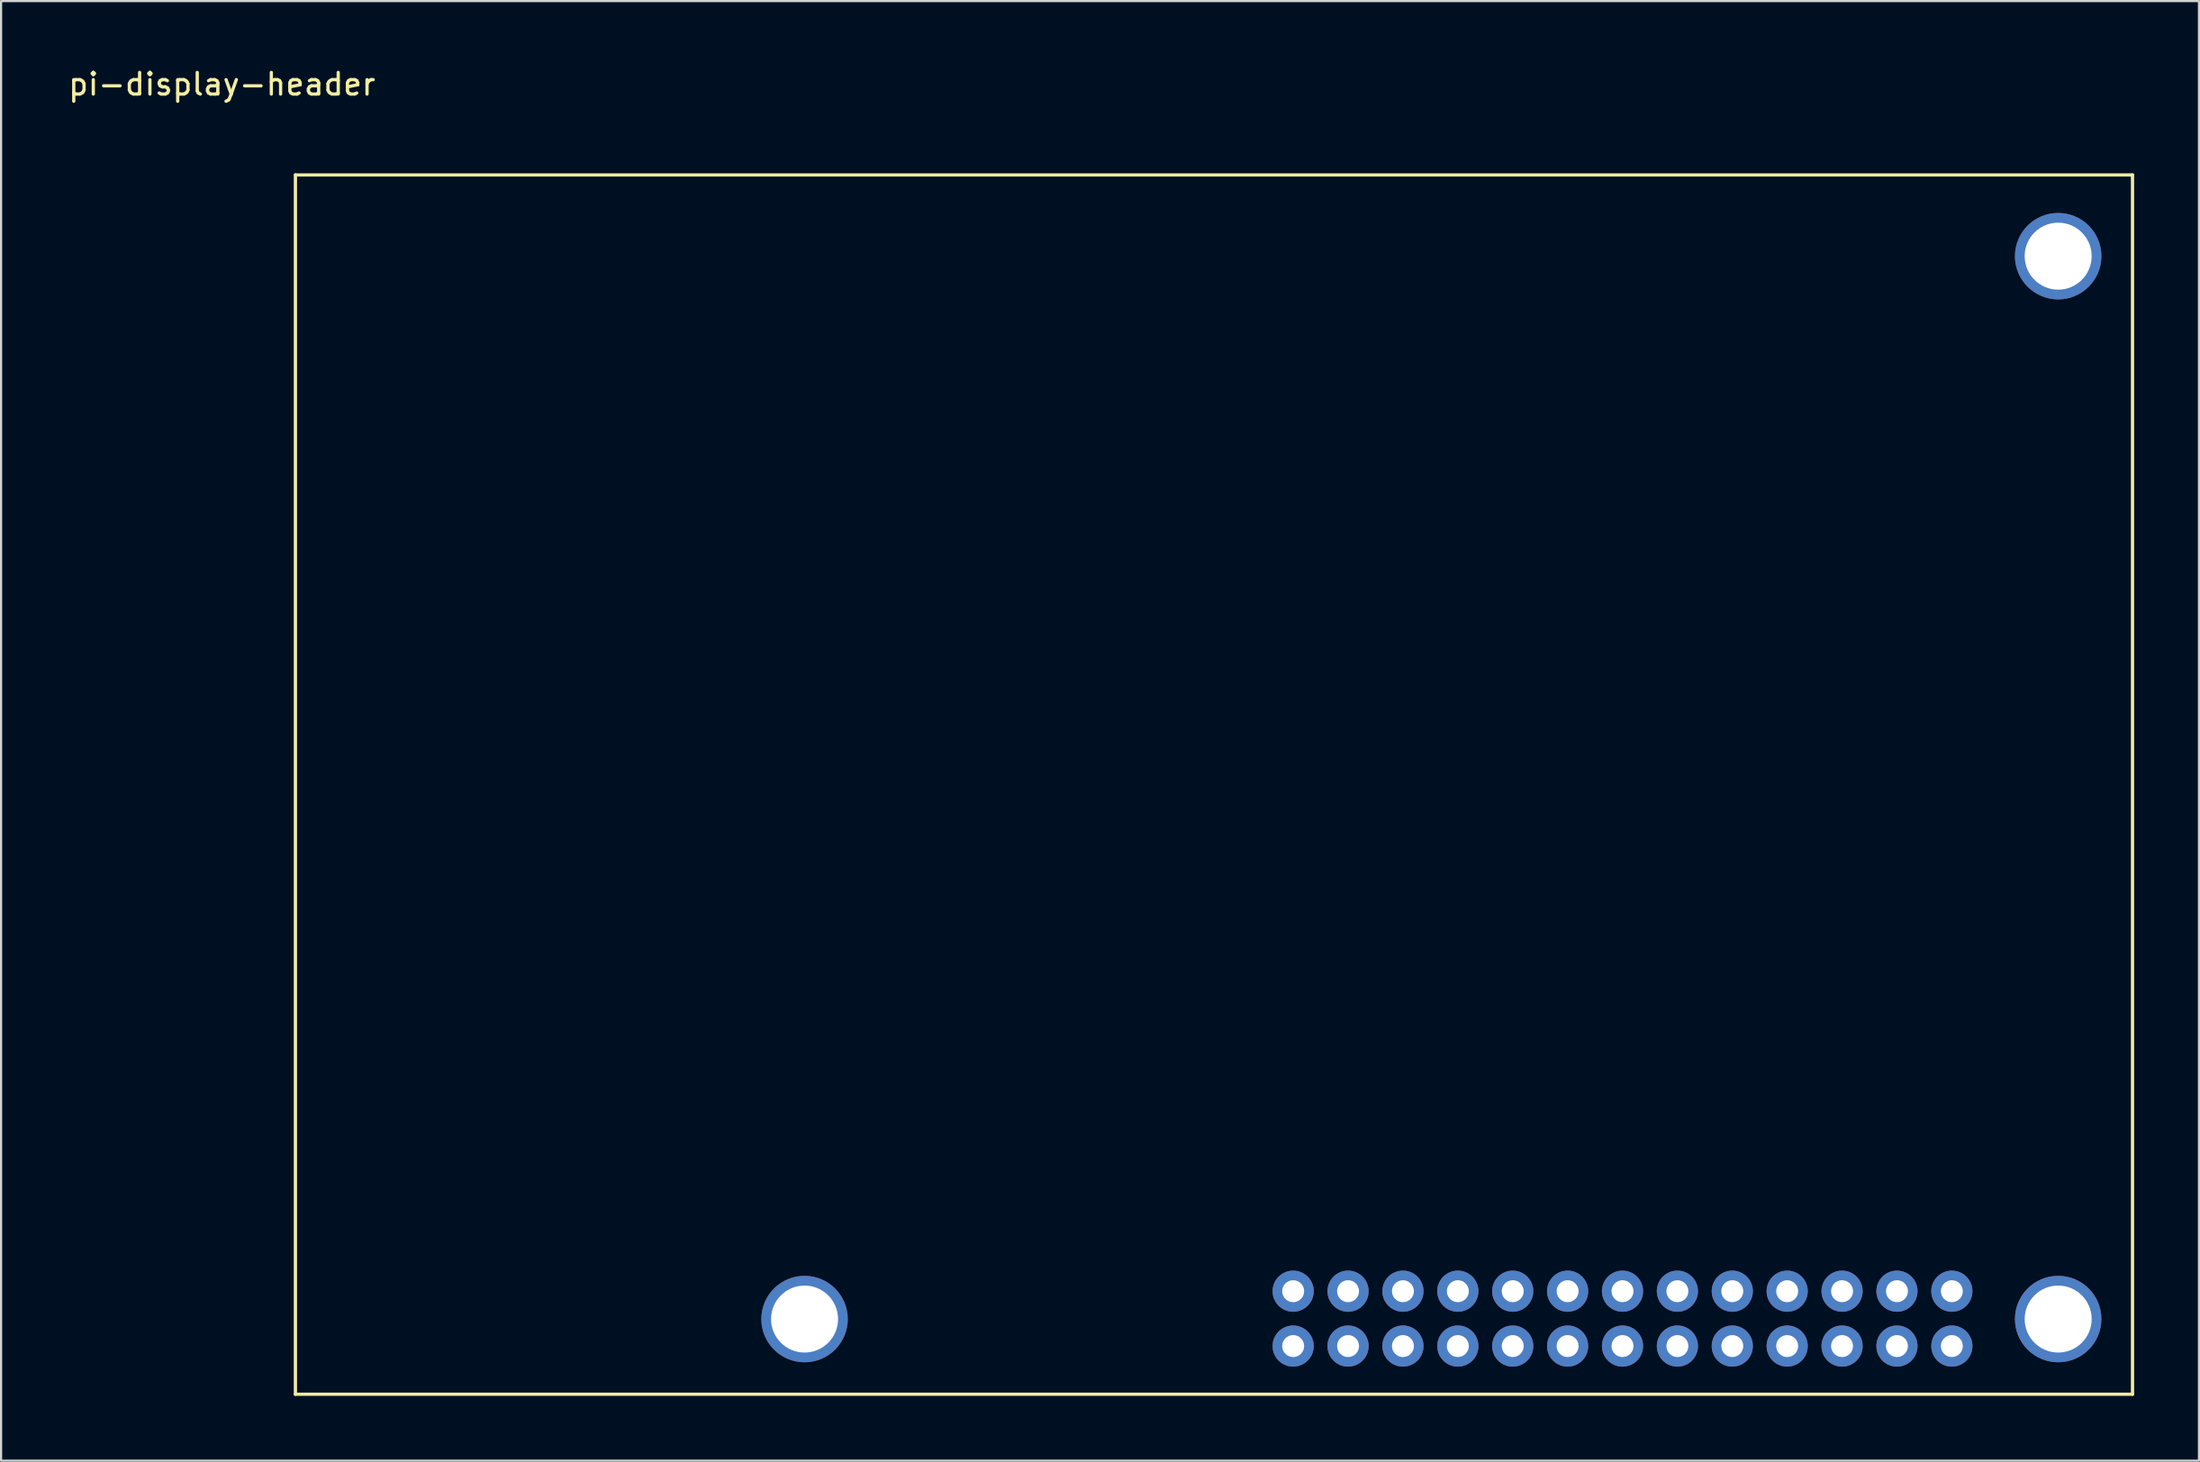
<source format=kicad_pcb>
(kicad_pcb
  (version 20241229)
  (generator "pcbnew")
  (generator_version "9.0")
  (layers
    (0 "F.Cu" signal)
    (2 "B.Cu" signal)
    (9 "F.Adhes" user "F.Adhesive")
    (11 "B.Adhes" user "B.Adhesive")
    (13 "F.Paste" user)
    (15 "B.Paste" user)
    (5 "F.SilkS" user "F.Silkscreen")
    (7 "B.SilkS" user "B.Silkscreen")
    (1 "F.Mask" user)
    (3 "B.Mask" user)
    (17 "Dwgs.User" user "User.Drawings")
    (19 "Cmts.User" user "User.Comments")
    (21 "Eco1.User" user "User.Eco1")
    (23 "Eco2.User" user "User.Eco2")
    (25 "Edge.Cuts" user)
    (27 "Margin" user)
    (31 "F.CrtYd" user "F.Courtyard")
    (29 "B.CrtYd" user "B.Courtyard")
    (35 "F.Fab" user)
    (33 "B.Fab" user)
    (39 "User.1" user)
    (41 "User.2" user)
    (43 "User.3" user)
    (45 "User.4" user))
  (footprint "pi-display-header"
    (layer "F.Cu")
    (at 10.62 5.048)
    (property "Reference" "pi-display-header" (at -3.4 -4.2 0) (layer "F.SilkS") (effects (font (size 1 1) (thickness 0.15))))
    (attr through_hole)
    (fp_line (start 0 0) (end 85.01 0) (stroke (width 0.15) (type solid)) (layer "F.SilkS"))
    (fp_line (start 0 56.44) (end 0 0) (stroke (width 0.15) (type solid)) (layer "F.SilkS"))
    (fp_line (start 0 56.44) (end 85.01 56.44) (stroke (width 0.15) (type solid)) (layer "F.SilkS"))
    (fp_line (start 85.01 0) (end 85.01 56.44) (stroke (width 0.15) (type solid)) (layer "F.SilkS"))
    (pad "" np_thru_hole circle (at 23.56 52.96) (size 4 4) (drill 3.1) (layers "*.Cu" "*.Mask"))
    (pad "" np_thru_hole circle (at 81.57 3.76) (size 4 4) (drill 3.1) (layers "*.Cu" "*.Mask"))
    (pad "" np_thru_hole circle (at 81.57 52.96) (size 4 4) (drill 3.1) (layers "*.Cu" "*.Mask"))
    (pad "1" thru_hole circle (at 76.65 51.67) (size 1.905 1.905) (drill 1.016) (layers "*.Cu" "*.Mask"))
    (pad "2" thru_hole circle (at 76.65 54.21) (size 1.905 1.905) (drill 1.016) (layers "*.Cu" "*.Mask"))
    (pad "3" thru_hole circle (at 74.11 51.67) (size 1.905 1.905) (drill 1.016) (layers "*.Cu" "*.Mask"))
    (pad "4" thru_hole circle (at 74.11 54.21) (size 1.905 1.905) (drill 1.016) (layers "*.Cu" "*.Mask"))
    (pad "5" thru_hole circle (at 71.57 51.67) (size 1.905 1.905) (drill 1.016) (layers "*.Cu" "*.Mask"))
    (pad "6" thru_hole circle (at 71.57 54.21) (size 1.905 1.905) (drill 1.016) (layers "*.Cu" "*.Mask"))
    (pad "7" thru_hole circle (at 69.03 51.67) (size 1.905 1.905) (drill 1.016) (layers "*.Cu" "*.Mask"))
    (pad "8" thru_hole circle (at 69.03 54.21) (size 1.905 1.905) (drill 1.016) (layers "*.Cu" "*.Mask"))
    (pad "9" thru_hole circle (at 66.49 51.67) (size 1.905 1.905) (drill 1.016) (layers "*.Cu" "*.Mask"))
    (pad "10" thru_hole circle (at 66.49 54.21) (size 1.905 1.905) (drill 1.016) (layers "*.Cu" "*.Mask"))
    (pad "11" thru_hole circle (at 63.95 51.67 180) (size 1.905 1.905) (drill 1.016) (layers "*.Cu" "*.Mask"))
    (pad "12" thru_hole circle (at 63.95 54.21 180) (size 1.905 1.905) (drill 1.016) (layers "*.Cu" "*.Mask"))
    (pad "13" thru_hole circle (at 61.41 51.67 180) (size 1.905 1.905) (drill 1.016) (layers "*.Cu" "*.Mask"))
    (pad "14" thru_hole circle (at 61.41 54.21 180) (size 1.905 1.905) (drill 1.016) (layers "*.Cu" "*.Mask"))
    (pad "15" thru_hole circle (at 58.87 51.67 180) (size 1.905 1.905) (drill 1.016) (layers "*.Cu" "*.Mask"))
    (pad "16" thru_hole circle (at 58.87 54.21 180) (size 1.905 1.905) (drill 1.016) (layers "*.Cu" "*.Mask"))
    (pad "17" thru_hole circle (at 56.33 51.67 180) (size 1.905 1.905) (drill 1.016) (layers "*.Cu" "*.Mask"))
    (pad "18" thru_hole circle (at 56.33 54.21 180) (size 1.905 1.905) (drill 1.016) (layers "*.Cu" "*.Mask"))
    (pad "19" thru_hole circle (at 53.79 51.67 180) (size 1.905 1.905) (drill 1.016) (layers "*.Cu" "*.Mask"))
    (pad "20" thru_hole circle (at 53.79 54.21 180) (size 1.905 1.905) (drill 1.016) (layers "*.Cu" "*.Mask"))
    (pad "21" thru_hole circle (at 51.25 51.67 180) (size 1.905 1.905) (drill 1.016) (layers "*.Cu" "*.Mask"))
    (pad "22" thru_hole circle (at 51.25 54.21 180) (size 1.905 1.905) (drill 1.016) (layers "*.Cu" "*.Mask"))
    (pad "23" thru_hole circle (at 48.71 51.67 180) (size 1.905 1.905) (drill 1.016) (layers "*.Cu" "*.Mask"))
    (pad "24" thru_hole circle (at 48.71 54.21 180) (size 1.905 1.905) (drill 1.016) (layers "*.Cu" "*.Mask"))
    (pad "25" thru_hole circle (at 46.17 51.67 180) (size 1.905 1.905) (drill 1.016) (layers "*.Cu" "*.Mask"))
    (pad "26" thru_hole circle (at 46.17 54.21 180) (size 1.905 1.905) (drill 1.016) (layers "*.Cu" "*.Mask")))
  (gr_rect
    (start -3 -3)
    (end 98.705 64.563)
    (stroke (width 0.1) (type default))
    (fill no)
    (layer "Edge.Cuts")))
</source>
